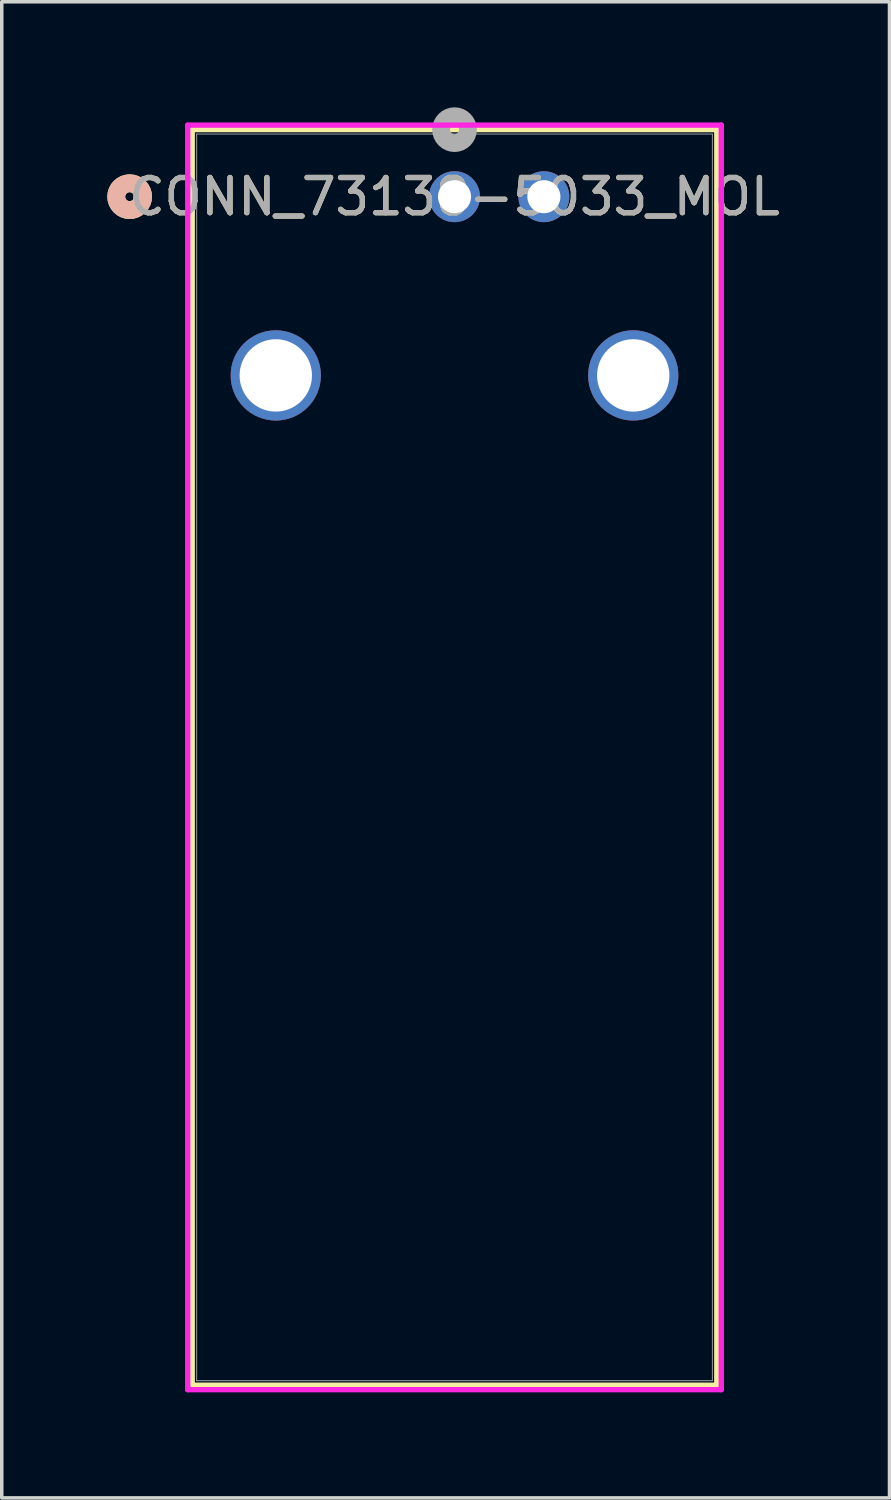
<source format=kicad_pcb>
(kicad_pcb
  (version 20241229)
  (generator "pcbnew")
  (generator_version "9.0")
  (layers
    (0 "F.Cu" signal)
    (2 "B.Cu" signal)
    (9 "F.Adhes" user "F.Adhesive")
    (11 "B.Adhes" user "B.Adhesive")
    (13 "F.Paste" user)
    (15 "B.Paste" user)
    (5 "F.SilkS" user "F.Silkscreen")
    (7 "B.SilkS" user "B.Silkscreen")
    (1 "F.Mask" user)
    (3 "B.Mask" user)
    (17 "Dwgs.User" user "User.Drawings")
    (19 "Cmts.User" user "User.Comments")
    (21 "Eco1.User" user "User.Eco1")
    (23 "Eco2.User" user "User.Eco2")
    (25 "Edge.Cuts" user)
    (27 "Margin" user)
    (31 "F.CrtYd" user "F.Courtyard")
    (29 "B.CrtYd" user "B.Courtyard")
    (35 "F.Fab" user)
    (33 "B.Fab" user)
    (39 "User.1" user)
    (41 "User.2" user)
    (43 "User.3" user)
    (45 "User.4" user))
  (footprint "CONN_73138-5033_MOL"
    (layer "F.Cu")
    (at 9.868 2.54)
    (property "Reference" "CONN_73138-5033_MOL" (at 0 0 0) (unlocked yes) (layer "F.SilkS") (effects (font (size 1 1) (thickness 0.15))))
    (attr through_hole)
    (fp_line (start -7.455 -1.907) (end -7.455 33.78) (stroke (width 0.152) (type solid)) (layer "F.SilkS"))
    (fp_line (start -7.455 33.78) (end 7.455 33.78) (stroke (width 0.152) (type solid)) (layer "F.SilkS"))
    (fp_line (start 7.455 -1.907) (end -7.455 -1.907) (stroke (width 0.152) (type solid)) (layer "F.SilkS"))
    (fp_line (start 7.455 33.78) (end 7.455 -1.907) (stroke (width 0.152) (type solid)) (layer "F.SilkS"))
    (fp_circle (center -9.233 0) (end -8.852 0) (stroke (width 0.508) (type solid)) (fill no) (layer "F.SilkS"))
    (fp_circle (center -9.233 0) (end -8.852 0) (stroke (width 0.508) (type solid)) (fill no) (layer "B.SilkS"))
    (fp_line (start -7.582 -2.034) (end -7.582 33.907) (stroke (width 0.152) (type solid)) (layer "F.CrtYd"))
    (fp_line (start -7.582 33.907) (end 7.582 33.907) (stroke (width 0.152) (type solid)) (layer "F.CrtYd"))
    (fp_line (start 7.582 -2.034) (end -7.582 -2.034) (stroke (width 0.152) (type solid)) (layer "F.CrtYd"))
    (fp_line (start 7.582 33.907) (end 7.582 -2.034) (stroke (width 0.152) (type solid)) (layer "F.CrtYd"))
    (fp_line (start -7.328 -1.78) (end -7.328 33.653) (stroke (width 0.025) (type solid)) (layer "F.Fab"))
    (fp_line (start -7.328 33.653) (end 7.328 33.653) (stroke (width 0.025) (type solid)) (layer "F.Fab"))
    (fp_line (start 7.328 -1.78) (end -7.328 -1.78) (stroke (width 0.025) (type solid)) (layer "F.Fab"))
    (fp_line (start 7.328 33.653) (end 7.328 -1.78) (stroke (width 0.025) (type solid)) (layer "F.Fab"))
    (fp_circle (center 0 -1.905) (end 0.381 -1.905) (stroke (width 0.508) (type solid)) (fill no) (layer "F.Fab"))
    (fp_text user "${REFERENCE}" (at 0 0 0) (unlocked yes) (layer "F.Fab") (effects (font (size 1 1) (thickness 0.15))))
    (pad "1" thru_hole circle (at 0 0) (size 1.448 1.448) (drill 0.94) (layers "*.Cu" "*.Mask"))
    (pad "2" thru_hole circle (at 2.54 0) (size 1.448 1.448) (drill 0.94) (layers "*.Cu" "*.Mask"))
    (pad "3" thru_hole circle (at -5.08 5.08 90) (size 2.565 2.565) (drill 2.057) (layers "*.Cu" "*.Mask"))
    (pad "4" thru_hole circle (at 5.08 5.08 90) (size 2.565 2.565) (drill 2.057) (layers "*.Cu" "*.Mask")))
  (gr_rect
    (start -3 -3)
    (end 22.231 39.523)
    (stroke (width 0.1) (type default))
    (fill no)
    (layer "Edge.Cuts")))
</source>
